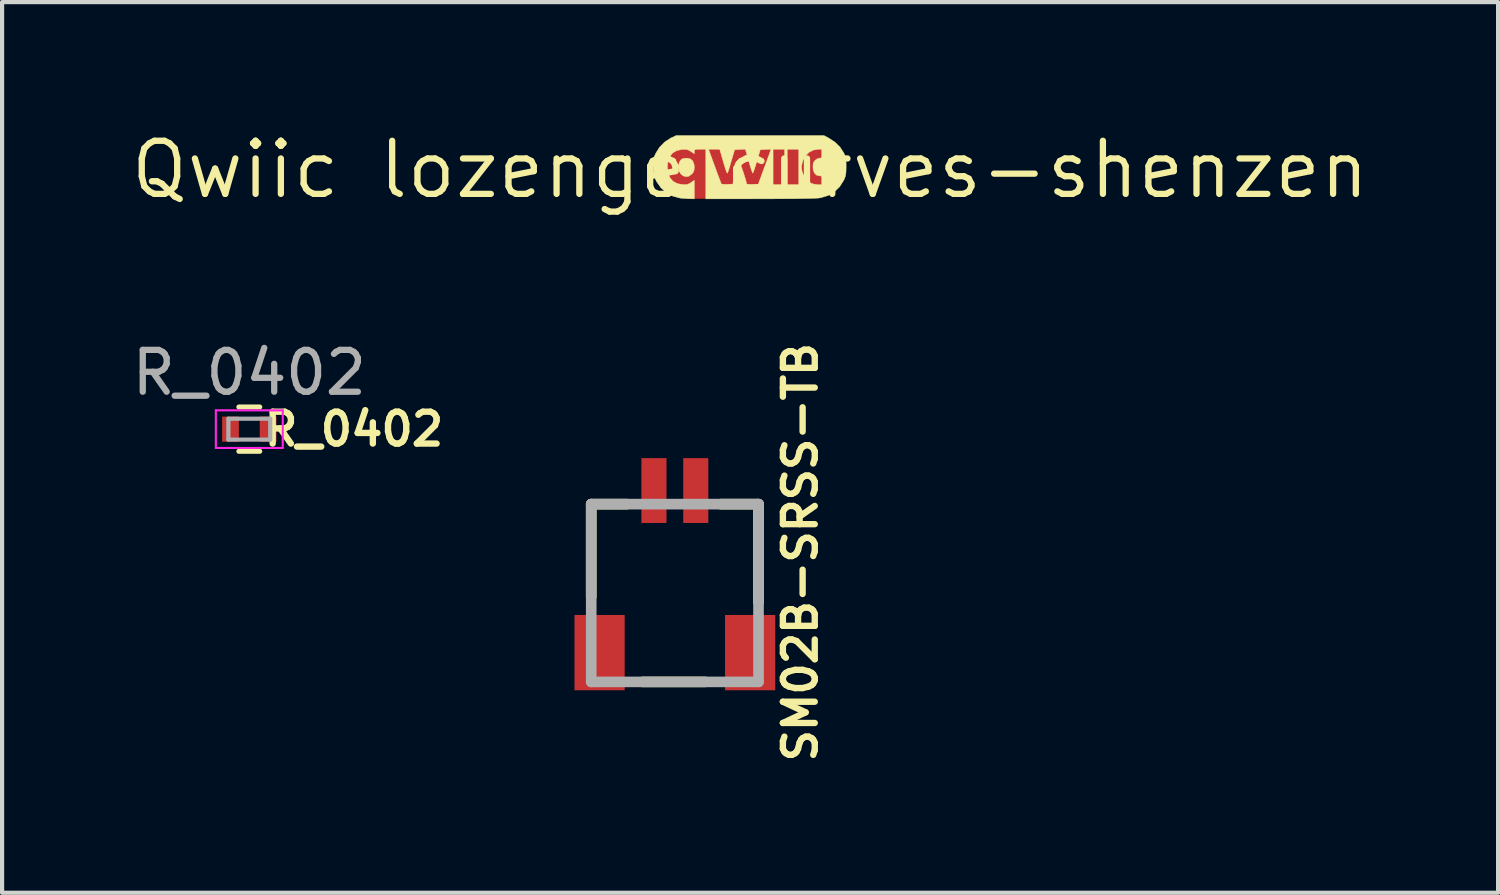
<source format=kicad_pcb>
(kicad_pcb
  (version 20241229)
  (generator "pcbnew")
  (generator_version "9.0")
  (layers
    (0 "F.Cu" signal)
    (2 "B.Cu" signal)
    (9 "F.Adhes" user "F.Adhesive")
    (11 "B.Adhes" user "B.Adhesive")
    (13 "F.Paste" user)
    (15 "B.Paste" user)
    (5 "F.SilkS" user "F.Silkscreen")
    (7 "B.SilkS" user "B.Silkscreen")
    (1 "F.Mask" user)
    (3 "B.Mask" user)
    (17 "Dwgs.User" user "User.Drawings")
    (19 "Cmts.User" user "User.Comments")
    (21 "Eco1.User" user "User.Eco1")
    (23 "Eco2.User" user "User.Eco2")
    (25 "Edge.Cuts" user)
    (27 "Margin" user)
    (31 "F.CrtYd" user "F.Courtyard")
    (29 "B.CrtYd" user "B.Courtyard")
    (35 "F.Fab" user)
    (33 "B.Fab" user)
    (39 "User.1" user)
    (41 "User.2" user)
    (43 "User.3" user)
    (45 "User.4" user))
  (footprint "SM02B-SRSS-TB"
    (layer "F.Cu")
    (at 13.086 10.654)
    (property "Reference" "SM02B-SRSS-TB" (at 3 -0.5 270) (layer "F.SilkS") (effects (font (size 0.762 0.762) (thickness 0.152))))
    (attr through_hole)
    (fp_line (start -2 -1.65) (end -2 0.563) (stroke (width 0.254) (type solid)) (layer "F.SilkS"))
    (fp_line (start -2 -1.65) (end -1.145 -1.65) (stroke (width 0.254) (type solid)) (layer "F.SilkS"))
    (fp_line (start -0.767 2.6) (end 0.722 2.6) (stroke (width 0.254) (type solid)) (layer "F.SilkS"))
    (fp_line (start 2 -1.65) (end 1.1 -1.65) (stroke (width 0.254) (type solid)) (layer "F.SilkS"))
    (fp_line (start 2 -1.65) (end 2 0.697) (stroke (width 0.254) (type solid)) (layer "F.SilkS"))
    (fp_line (start -2 -1.65) (end 2 -1.65) (stroke (width 0.254) (type solid)) (layer "F.Fab"))
    (fp_line (start -2 2.6) (end -2 -1.65) (stroke (width 0.254) (type solid)) (layer "F.Fab"))
    (fp_line (start 2 -1.65) (end 2 2.6) (stroke (width 0.254) (type solid)) (layer "F.Fab"))
    (fp_line (start 2 2.6) (end -2 2.6) (stroke (width 0.254) (type solid)) (layer "F.Fab"))
    (pad "1" smd rect (at -0.5 -1.975) (size 0.6 1.55) (layers "F.Cu" "F.Mask" "F.Paste"))
    (pad "2" smd rect (at 0.5 -1.975) (size 0.6 1.55) (layers "F.Cu" "F.Mask" "F.Paste"))
    (pad "3" smd rect (at -1.8 1.9) (size 1.2 1.8) (layers "F.Cu" "F.Mask" "F.Paste"))
    (pad "4" smd rect (at 1.8 1.9) (size 1.2 1.8) (layers "F.Cu" "F.Mask" "F.Paste")))
  (footprint "Qwiic lozenge curves-shenzen"
    (layer "F.Cu")
    (at 14.884 1.006)
    (property "Reference" "Qwiic lozenge curves-shenzen" (at 0 0 0) (layer "F.SilkS") (effects (font (size 1.27 1.27) (thickness 0.15))))
    (attr through_hole)
    (fp_poly (pts (xy 1.185 0.381) (xy 0.889 0.381) (xy 0.889 -0.508) (xy 1.185 -0.508) (xy 1.185 0.381)) (stroke (width 0.01) (type solid)) (fill yes) (layer "F.Cu"))
    (fp_poly (pts (xy 1.736 -0.384) (xy 1.735 -0.312) (xy 1.729 -0.274) (xy 1.714 -0.258) (xy 1.685 -0.254) (xy 1.674 -0.254) (xy 1.607 -0.235) (xy 1.557 -0.182) (xy 1.529 -0.105) (xy 1.525 -0.055) (xy 1.531 0.008) (xy 1.546 0.058) (xy 1.551 0.065) (xy 1.6 0.109) (xy 1.656 0.135) (xy 1.702 0.135) (xy 1.721 0.134) (xy 1.731 0.155) (xy 1.735 0.205) (xy 1.736 0.252) (xy 1.736 0.381) (xy 1.635 0.38) (xy 1.563 0.375) (xy 1.501 0.364) (xy 1.485 0.358) (xy 1.369 0.292) (xy 1.286 0.199) (xy 1.237 0.079) (xy 1.219 -0.067) (xy 1.222 -0.153) (xy 1.235 -0.217) (xy 1.263 -0.277) (xy 1.282 -0.308) (xy 1.363 -0.406) (xy 1.468 -0.469) (xy 1.6 -0.502) (xy 1.623 -0.504) (xy 1.736 -0.513) (xy 1.736 -0.384)) (stroke (width 0.01) (type solid)) (fill yes) (layer "F.Cu"))
    (fp_poly (pts (xy -0.237 -0.504) (xy -0.095 -0.497) (xy -0.021 -0.238) (xy 0.008 -0.141) (xy 0.033 -0.06) (xy 0.053 -0.004) (xy 0.065 0.021) (xy 0.065 0.021) (xy 0.078 0.003) (xy 0.096 -0.043) (xy 0.104 -0.069) (xy 0.122 -0.133) (xy 0.148 -0.22) (xy 0.176 -0.314) (xy 0.182 -0.333) (xy 0.234 -0.507) (xy 0.847 -0.507) (xy 0.847 0.383) (xy 0.693 0.377) (xy 0.54 0.37) (xy 0.519 -0.475) (xy 0.362 -0.046) (xy 0.206 0.383) (xy 0.056 0.377) (xy -0.093 0.37) (xy -0.168 0.117) (xy -0.243 -0.136) (xy -0.324 0.122) (xy -0.405 0.381) (xy -0.552 0.381) (xy -0.645 0.377) (xy -0.697 0.365) (xy -0.709 0.355) (xy -0.719 0.327) (xy -0.741 0.267) (xy -0.773 0.179) (xy -0.812 0.071) (xy -0.856 -0.051) (xy -0.867 -0.081) (xy -0.912 -0.205) (xy -0.951 -0.314) (xy -0.983 -0.404) (xy -1.005 -0.467) (xy -1.016 -0.498) (xy -1.016 -0.5) (xy -0.997 -0.504) (xy -0.946 -0.505) (xy -0.873 -0.504) (xy -0.864 -0.504) (xy -0.712 -0.497) (xy -0.685 -0.413) (xy -0.667 -0.354) (xy -0.641 -0.269) (xy -0.612 -0.174) (xy -0.601 -0.138) (xy -0.544 0.053) (xy -0.514 -0.053) (xy -0.494 -0.125) (xy -0.466 -0.219) (xy -0.437 -0.317) (xy -0.432 -0.334) (xy -0.379 -0.51) (xy -0.237 -0.504)) (stroke (width 0.01) (type solid)) (fill yes) (layer "F.Cu"))
    (fp_poly (pts (xy -1.042 0.09) (xy -1.048 0.688) (xy -1.186 0.694) (xy -1.259 0.695) (xy -1.315 0.692) (xy -1.34 0.685) (xy -1.346 0.659) (xy -1.351 0.6) (xy -1.354 0.52) (xy -1.355 0.48) (xy -1.355 0.39) (xy -1.357 0.336) (xy -1.363 0.312) (xy -1.374 0.31) (xy -1.393 0.325) (xy -1.397 0.328) (xy -1.452 0.356) (xy -1.532 0.373) (xy -1.624 0.378) (xy -1.711 0.369) (xy -1.744 0.361) (xy -1.803 0.329) (xy -1.866 0.278) (xy -1.893 0.25) (xy -1.959 0.145) (xy -1.995 0.026) (xy -1.998 -0.032) (xy -1.692 -0.032) (xy -1.665 0.057) (xy -1.662 0.063) (xy -1.611 0.123) (xy -1.543 0.149) (xy -1.47 0.139) (xy -1.407 0.096) (xy -1.371 0.049) (xy -1.356 -0.011) (xy -1.355 -0.056) (xy -1.369 -0.152) (xy -1.411 -0.217) (xy -1.48 -0.25) (xy -1.526 -0.254) (xy -1.602 -0.236) (xy -1.657 -0.187) (xy -1.688 -0.117) (xy -1.692 -0.032) (xy -1.998 -0.032) (xy -2.001 -0.098) (xy -1.98 -0.219) (xy -1.932 -0.328) (xy -1.859 -0.418) (xy -1.764 -0.479) (xy -1.763 -0.479) (xy -1.669 -0.503) (xy -1.565 -0.506) (xy -1.469 -0.487) (xy -1.426 -0.467) (xy -1.381 -0.442) (xy -1.361 -0.438) (xy -1.351 -0.458) (xy -1.348 -0.467) (xy -1.337 -0.489) (xy -1.312 -0.501) (xy -1.263 -0.507) (xy -1.187 -0.508) (xy -1.037 -0.508) (xy -1.042 0.09)) (stroke (width 0.01) (type solid)) (fill yes) (layer "F.Cu"))
    (fp_poly (pts (xy 1.185 0.381) (xy 0.889 0.381) (xy 0.889 -0.508) (xy 1.185 -0.508) (xy 1.185 0.381)) (stroke (width 0.01) (type solid)) (fill yes) (layer "F.Mask"))
    (fp_poly (pts (xy 1.736 -0.384) (xy 1.735 -0.313) (xy 1.729 -0.274) (xy 1.714 -0.258) (xy 1.685 -0.254) (xy 1.674 -0.254) (xy 1.607 -0.235) (xy 1.556 -0.182) (xy 1.528 -0.102) (xy 1.524 -0.05) (xy 1.539 0.041) (xy 1.582 0.101) (xy 1.651 0.129) (xy 1.709 0.129) (xy 1.725 0.142) (xy 1.734 0.19) (xy 1.736 0.253) (xy 1.736 0.381) (xy 1.635 0.38) (xy 1.563 0.375) (xy 1.501 0.364) (xy 1.485 0.358) (xy 1.369 0.292) (xy 1.286 0.199) (xy 1.236 0.079) (xy 1.219 -0.065) (xy 1.236 -0.207) (xy 1.286 -0.324) (xy 1.367 -0.414) (xy 1.478 -0.474) (xy 1.609 -0.502) (xy 1.736 -0.514) (xy 1.736 -0.384)) (stroke (width 0.01) (type solid)) (fill yes) (layer "F.Mask"))
    (fp_poly (pts (xy -0.237 -0.504) (xy -0.095 -0.497) (xy -0.021 -0.238) (xy 0.008 -0.141) (xy 0.033 -0.06) (xy 0.053 -0.004) (xy 0.065 0.021) (xy 0.065 0.021) (xy 0.078 0.003) (xy 0.096 -0.043) (xy 0.104 -0.069) (xy 0.122 -0.133) (xy 0.148 -0.22) (xy 0.176 -0.314) (xy 0.182 -0.333) (xy 0.234 -0.507) (xy 0.847 -0.507) (xy 0.847 0.383) (xy 0.693 0.377) (xy 0.54 0.37) (xy 0.529 -0.053) (xy 0.519 -0.476) (xy 0.362 -0.047) (xy 0.205 0.383) (xy 0.056 0.377) (xy -0.093 0.37) (xy -0.168 0.119) (xy -0.243 -0.133) (xy -0.325 0.124) (xy -0.406 0.381) (xy -0.553 0.381) (xy -0.646 0.377) (xy -0.698 0.365) (xy -0.709 0.355) (xy -0.719 0.327) (xy -0.741 0.267) (xy -0.773 0.179) (xy -0.812 0.071) (xy -0.856 -0.051) (xy -0.867 -0.081) (xy -0.912 -0.205) (xy -0.951 -0.314) (xy -0.983 -0.404) (xy -1.005 -0.467) (xy -1.016 -0.498) (xy -1.016 -0.5) (xy -0.997 -0.504) (xy -0.946 -0.505) (xy -0.873 -0.504) (xy -0.864 -0.504) (xy -0.712 -0.497) (xy -0.686 -0.413) (xy -0.667 -0.354) (xy -0.642 -0.269) (xy -0.613 -0.174) (xy -0.602 -0.138) (xy -0.545 0.053) (xy -0.515 -0.053) (xy -0.494 -0.125) (xy -0.466 -0.219) (xy -0.437 -0.317) (xy -0.432 -0.334) (xy -0.379 -0.51) (xy -0.237 -0.504)) (stroke (width 0.01) (type solid)) (fill yes) (layer "F.Mask"))
    (fp_poly (pts (xy -1.042 0.09) (xy -1.048 0.688) (xy -1.186 0.694) (xy -1.259 0.695) (xy -1.315 0.692) (xy -1.34 0.685) (xy -1.346 0.659) (xy -1.351 0.6) (xy -1.354 0.52) (xy -1.355 0.48) (xy -1.355 0.39) (xy -1.357 0.336) (xy -1.363 0.312) (xy -1.374 0.31) (xy -1.393 0.325) (xy -1.397 0.328) (xy -1.452 0.356) (xy -1.532 0.373) (xy -1.624 0.378) (xy -1.711 0.369) (xy -1.744 0.361) (xy -1.803 0.329) (xy -1.866 0.278) (xy -1.893 0.25) (xy -1.959 0.145) (xy -1.995 0.026) (xy -1.999 -0.053) (xy -1.693 -0.053) (xy -1.678 0.034) (xy -1.636 0.099) (xy -1.577 0.139) (xy -1.508 0.148) (xy -1.438 0.122) (xy -1.407 0.096) (xy -1.371 0.049) (xy -1.356 -0.011) (xy -1.355 -0.056) (xy -1.369 -0.152) (xy -1.411 -0.217) (xy -1.48 -0.25) (xy -1.526 -0.254) (xy -1.605 -0.236) (xy -1.661 -0.185) (xy -1.69 -0.103) (xy -1.693 -0.053) (xy -1.999 -0.053) (xy -2.001 -0.098) (xy -1.98 -0.219) (xy -1.932 -0.328) (xy -1.859 -0.418) (xy -1.764 -0.479) (xy -1.763 -0.479) (xy -1.669 -0.503) (xy -1.565 -0.506) (xy -1.469 -0.487) (xy -1.426 -0.467) (xy -1.381 -0.442) (xy -1.361 -0.438) (xy -1.351 -0.458) (xy -1.348 -0.467) (xy -1.337 -0.489) (xy -1.312 -0.501) (xy -1.263 -0.507) (xy -1.187 -0.508) (xy -1.037 -0.508) (xy -1.042 0.09)) (stroke (width 0.01) (type solid)) (fill yes) (layer "F.Mask"))
    (fp_poly (pts (xy -1.428 -0.258) (xy -1.37 -0.207) (xy -1.339 -0.125) (xy -1.333 -0.063) (xy -1.338 0.009) (xy -1.355 0.059) (xy -1.393 0.105) (xy -1.395 0.107) (xy -1.466 0.158) (xy -1.524 0.169) (xy -1.597 0.15) (xy -1.653 0.107) (xy -1.701 0.031) (xy -1.716 -0.061) (xy -1.697 -0.159) (xy -1.684 -0.189) (xy -1.648 -0.24) (xy -1.599 -0.267) (xy -1.525 -0.275) (xy -1.511 -0.275) (xy -1.428 -0.258)) (stroke (width 0.01) (type solid)) (fill yes) (layer "F.SilkS"))
    (fp_poly (pts (xy 1.88 -0.755) (xy 2.03 -0.657) (xy 2.152 -0.537) (xy 2.238 -0.405) (xy 2.266 -0.344) (xy 2.283 -0.289) (xy 2.292 -0.227) (xy 2.296 -0.144) (xy 2.297 -0.074) (xy 2.295 0.029) (xy 2.29 0.102) (xy 2.278 0.16) (xy 2.257 0.216) (xy 2.238 0.257) (xy 2.141 0.41) (xy 2.015 0.531) (xy 1.865 0.619) (xy 1.692 0.672) (xy 1.669 0.676) (xy 1.619 0.681) (xy 1.528 0.685) (xy 1.401 0.689) (xy 1.239 0.692) (xy 1.046 0.695) (xy 0.824 0.696) (xy 0.575 0.698) (xy 0.303 0.698) (xy 0.238 0.698) (xy -1.058 0.699) (xy -1.058 -0.487) (xy -0.993 -0.487) (xy -0.964 -0.407) (xy -0.922 -0.291) (xy -0.877 -0.168) (xy -0.832 -0.045) (xy -0.789 0.073) (xy -0.75 0.177) (xy -0.718 0.261) (xy -0.695 0.319) (xy -0.685 0.344) (xy -0.685 0.344) (xy -0.659 0.352) (xy -0.605 0.356) (xy -0.545 0.356) (xy -0.416 0.349) (xy -0.34 0.101) (xy -0.309 0.005) (xy -0.282 -0.076) (xy -0.261 -0.134) (xy -0.25 -0.159) (xy -0.25 -0.16) (xy -0.239 -0.145) (xy -0.22 -0.1) (xy -0.195 -0.031) (xy -0.167 0.05) (xy -0.139 0.136) (xy -0.114 0.217) (xy -0.095 0.284) (xy -0.085 0.329) (xy -0.085 0.337) (xy -0.066 0.351) (xy -0.009 0.357) (xy 0.055 0.356) (xy 0.196 0.349) (xy 0.349 -0.07) (xy 0.502 -0.487) (xy 0.55 -0.487) (xy 0.55 0.36) (xy 0.826 0.36) (xy 0.826 -0.487) (xy 0.889 -0.487) (xy 0.889 0.36) (xy 1.164 0.36) (xy 1.164 -0.054) (xy 1.228 -0.054) (xy 1.246 0.053) (xy 1.294 0.16) (xy 1.364 0.253) (xy 1.448 0.319) (xy 1.471 0.33) (xy 1.535 0.349) (xy 1.611 0.359) (xy 1.625 0.359) (xy 1.714 0.36) (xy 1.714 0.254) (xy 1.713 0.191) (xy 1.705 0.16) (xy 1.682 0.149) (xy 1.653 0.148) (xy 1.584 0.129) (xy 1.535 0.076) (xy 1.507 -0.007) (xy 1.503 -0.067) (xy 1.508 -0.142) (xy 1.529 -0.193) (xy 1.555 -0.223) (xy 1.606 -0.259) (xy 1.659 -0.275) (xy 1.661 -0.275) (xy 1.693 -0.278) (xy 1.709 -0.296) (xy 1.714 -0.337) (xy 1.714 -0.381) (xy 1.714 -0.487) (xy 1.629 -0.487) (xy 1.511 -0.467) (xy 1.405 -0.411) (xy 1.32 -0.325) (xy 1.263 -0.217) (xy 1.259 -0.203) (xy 1.241 -0.134) (xy 1.23 -0.075) (xy 1.228 -0.054) (xy 1.164 -0.054) (xy 1.164 -0.487) (xy 0.889 -0.487) (xy 0.826 -0.487) (xy 0.55 -0.487) (xy 0.502 -0.487) (xy 0.503 -0.489) (xy 0.373 -0.482) (xy 0.244 -0.476) (xy 0.161 -0.196) (xy 0.13 -0.094) (xy 0.103 -0.009) (xy 0.08 0.052) (xy 0.067 0.083) (xy 0.064 0.085) (xy 0.054 0.065) (xy 0.035 0.013) (xy 0.009 -0.066) (xy -0.02 -0.164) (xy -0.031 -0.202) (xy -0.112 -0.489) (xy -0.369 -0.476) (xy -0.416 -0.318) (xy -0.445 -0.22) (xy -0.474 -0.118) (xy -0.498 -0.037) (xy -0.518 0.027) (xy -0.536 0.072) (xy -0.547 0.085) (xy -0.557 0.065) (xy -0.577 0.013) (xy -0.603 -0.066) (xy -0.632 -0.164) (xy -0.643 -0.201) (xy -0.726 -0.487) (xy -0.993 -0.487) (xy -1.058 -0.487) (xy -1.196 -0.487) (xy -1.27 -0.486) (xy -1.311 -0.481) (xy -1.329 -0.467) (xy -1.333 -0.443) (xy -1.333 -0.434) (xy -1.333 -0.38) (xy -1.418 -0.436) (xy -1.474 -0.469) (xy -1.527 -0.484) (xy -1.594 -0.485) (xy -1.626 -0.483) (xy -1.752 -0.456) (xy -1.852 -0.398) (xy -1.924 -0.308) (xy -1.965 -0.19) (xy -1.977 -0.064) (xy -1.961 0.081) (xy -1.914 0.196) (xy -1.839 0.281) (xy -1.736 0.335) (xy -1.62 0.356) (xy -1.541 0.358) (xy -1.486 0.349) (xy -1.436 0.325) (xy -1.413 0.309) (xy -1.333 0.255) (xy -1.333 0.699) (xy -1.455 0.696) (xy -1.548 0.691) (xy -1.644 0.683) (xy -1.684 0.678) (xy -1.852 0.632) (xy -2.003 0.55) (xy -2.131 0.434) (xy -2.233 0.288) (xy -2.248 0.259) (xy -2.282 0.185) (xy -2.303 0.125) (xy -2.313 0.062) (xy -2.317 -0.019) (xy -2.317 -0.074) (xy -2.315 -0.173) (xy -2.307 -0.246) (xy -2.291 -0.308) (xy -2.263 -0.374) (xy -2.255 -0.39) (xy -2.163 -0.537) (xy -2.041 -0.661) (xy -1.899 -0.753) (xy -1.888 -0.758) (xy -1.767 -0.815) (xy 1.767 -0.815) (xy 1.88 -0.755)) (stroke (width 0.01) (type solid)) (fill yes) (layer "F.SilkS")))
  (footprint "R_0402"
    (layer "F.Cu")
    (at 2.911 7.211)
    (property "Reference" "R_0402" (at 2.5 0 0) (layer "F.SilkS") (effects (font (size 0.762 0.762) (thickness 0.152))))
    (attr smd)
    (fp_line (start -0.25 0.53) (end 0.25 0.53) (stroke (width 0.12) (type solid)) (layer "F.SilkS"))
    (fp_line (start 0.25 -0.53) (end -0.25 -0.53) (stroke (width 0.12) (type solid)) (layer "F.SilkS"))
    (fp_line (start -0.8 -0.45) (end -0.8 0.45) (stroke (width 0.05) (type solid)) (layer "F.CrtYd"))
    (fp_line (start -0.8 -0.45) (end 0.8 -0.45) (stroke (width 0.05) (type solid)) (layer "F.CrtYd"))
    (fp_line (start 0.8 0.45) (end -0.8 0.45) (stroke (width 0.05) (type solid)) (layer "F.CrtYd"))
    (fp_line (start 0.8 0.45) (end 0.8 -0.45) (stroke (width 0.05) (type solid)) (layer "F.CrtYd"))
    (fp_line (start -0.5 -0.25) (end 0.5 -0.25) (stroke (width 0.1) (type solid)) (layer "F.Fab"))
    (fp_line (start -0.5 0.25) (end -0.5 -0.25) (stroke (width 0.1) (type solid)) (layer "F.Fab"))
    (fp_line (start 0.5 -0.25) (end 0.5 0.25) (stroke (width 0.1) (type solid)) (layer "F.Fab"))
    (fp_line (start 0.5 0.25) (end -0.5 0.25) (stroke (width 0.1) (type solid)) (layer "F.Fab"))
    (fp_text user "${REFERENCE}" (at 0 -1.35 0) (layer "F.Fab") (effects (font (size 1 1) (thickness 0.15))))
    (pad "1" smd rect (at -0.45 0) (size 0.4 0.6) (layers "F.Cu" "F.Mask" "F.Paste"))
    (pad "2" smd rect (at 0.45 0) (size 0.4 0.6) (layers "F.Cu" "F.Mask" "F.Paste")))
  (gr_rect
    (start -3 -3)
    (end 32.769 18.296)
    (stroke (width 0.1) (type default))
    (fill no)
    (layer "Edge.Cuts")))
</source>
